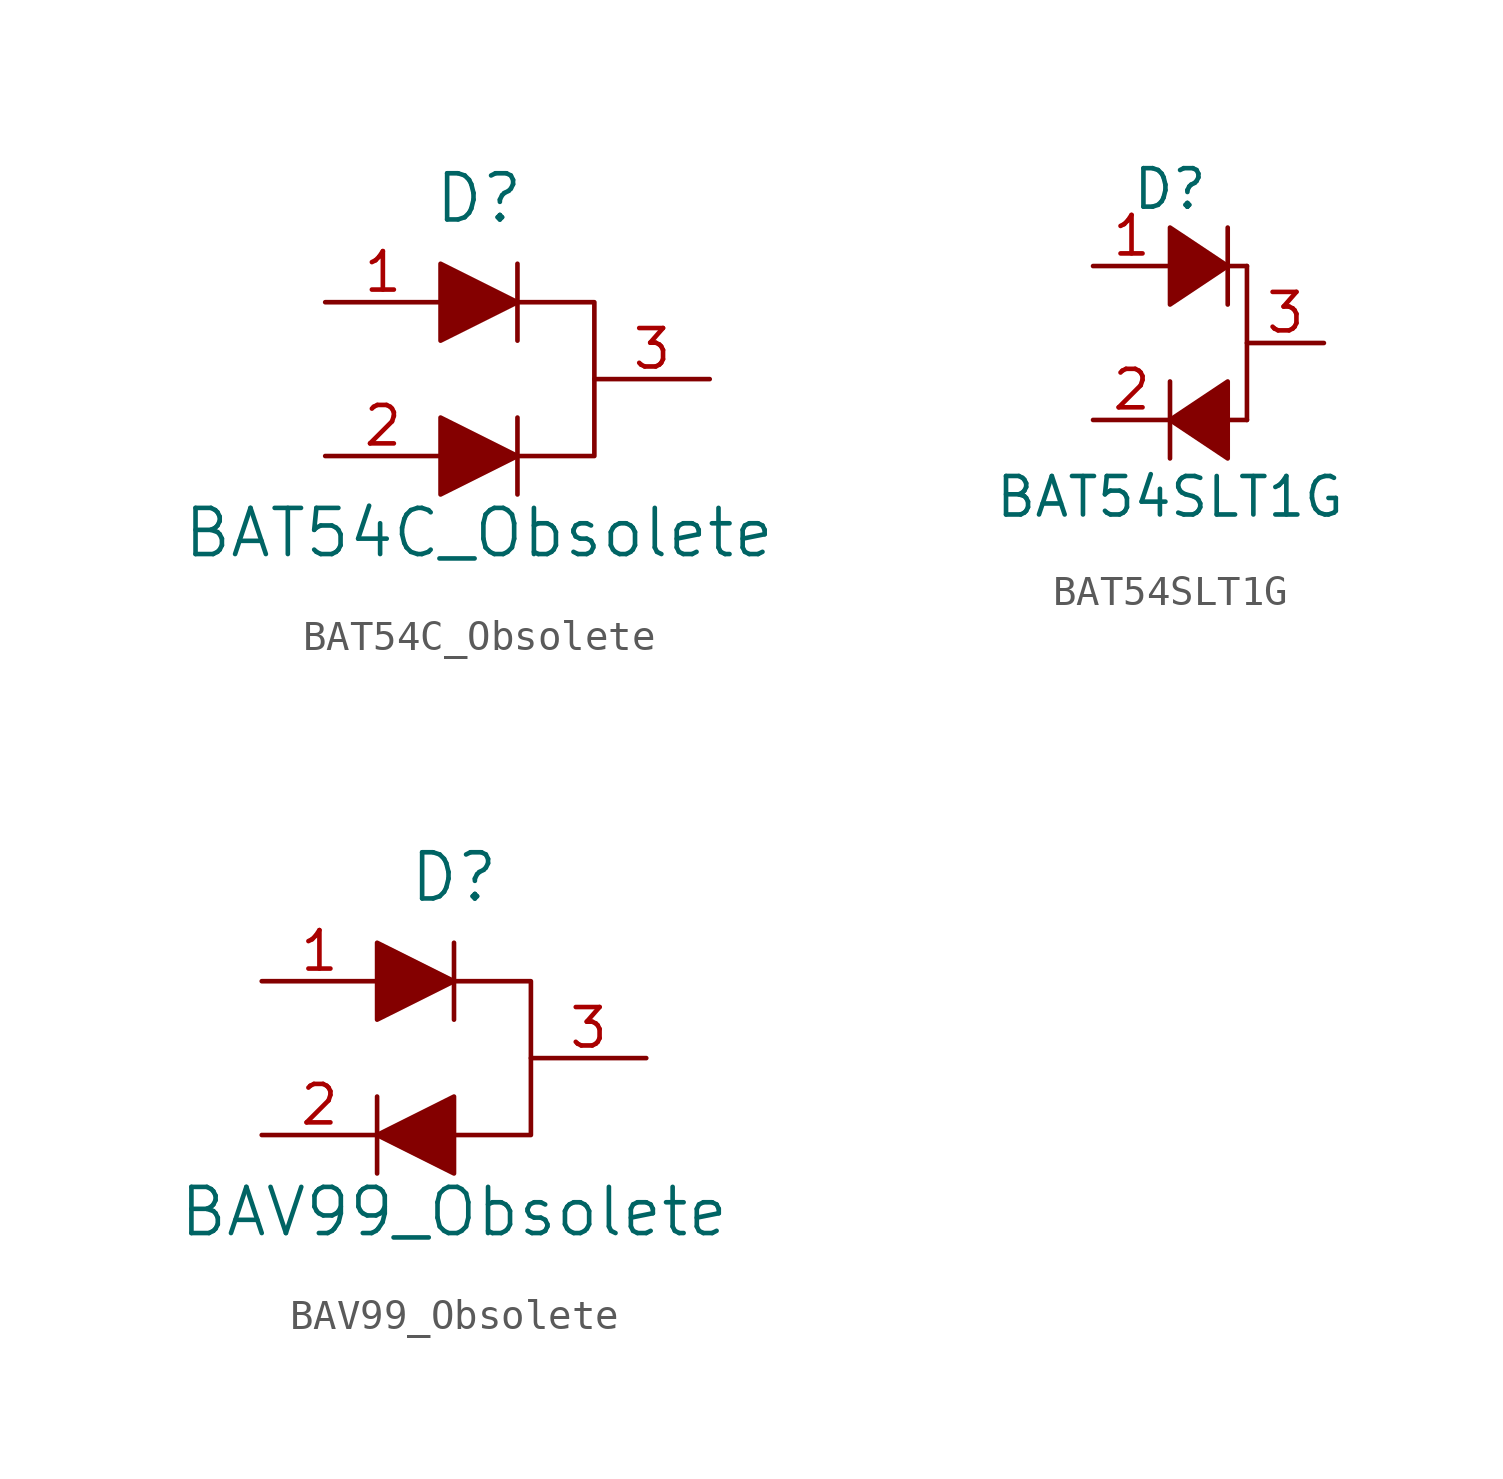
<source format=kicad_sym>
(kicad_symbol_lib
  (version 20220914)
  (generator kicad_symbol_editor)
  (symbol "BAT54C_Obsolete"
    (pin_names
      (offset 0.025))
    (property "Reference" "D"
      (at 0 5.08 0)
      (effects (font (size 1.524 1.524)) (justify bottom)))
    (property "Value" "BAT54C_Obsolete"
      (at 0 -5.08 0)
      (effects (font (size 1.524 1.524))))
    (symbol "BAT54C_Obsolete_0_1"
      (polyline (pts (xy 1.27 -1.27) (xy 1.27 -3.81)) (stroke (width 0) (type solid)) (fill (type none)))
      (polyline (pts (xy 1.27 1.27) (xy 1.27 3.81)) (stroke (width 0) (type solid)) (fill (type none)))
      (polyline (pts (xy -1.27 -1.27) (xy -1.27 -3.81) (xy 1.27 -2.54) (xy -1.27 -1.27)) (stroke (width 0) (type solid)) (fill (type outline)))
      (polyline (pts (xy -1.27 3.81) (xy -1.27 1.27) (xy 1.27 2.54) (xy -1.27 3.81)) (stroke (width 0) (type solid)) (fill (type outline))))
    (symbol "BAT54C_Obsolete_1_1"
      (polyline (pts (xy 1.27 2.54) (xy 3.81 2.54) (xy 3.81 -2.54) (xy 1.27 -2.54)) (stroke (width 0) (type solid)) (fill (type none)))
      (pin passive line (at -5.08 2.54 0) (length 3.81) (name "~" (effects (font (size 1.27 1.27)))) (number "1" (effects (font (size 1.27 1.27)))))
      (pin passive line (at -5.08 -2.54 0) (length 3.81) (name "~" (effects (font (size 1.27 1.27)))) (number "2" (effects (font (size 1.27 1.27)))))
      (pin passive line (at 7.62 0 180) (length 3.81) (name "~" (effects (font (size 1.27 1.27)))) (number "3" (effects (font (size 1.27 1.27)))))))
  (symbol "BAT54SLT1G"
    (pin_names
      (offset 1.016))
    (property "Reference" "D"
      (at 0 5.08 0)
      (effects (font (size 1.27 1.27))))
    (property "Value" "BAT54SLT1G"
      (at 0 -5.08 0)
      (effects (font (size 1.27 1.27))))
    (symbol "BAT54SLT1G_0_1"
      (polyline (pts (xy 0 -1.27) (xy 0 -3.81)) (stroke (width 0) (type solid)) (fill (type none)))
      (polyline (pts (xy 1.905 1.27) (xy 1.905 3.81)) (stroke (width 0) (type solid)) (fill (type none)))
      (polyline (pts (xy 2.54 -2.54) (xy 1.905 -2.54)) (stroke (width 0) (type solid)) (fill (type none)))
      (polyline (pts (xy 2.54 -2.54) (xy 2.54 2.54)) (stroke (width 0) (type solid)) (fill (type none)))
      (polyline (pts (xy 2.54 2.54) (xy 1.905 2.54)) (stroke (width 0) (type solid)) (fill (type none)))
      (polyline (pts (xy 0 1.27) (xy 0 3.81) (xy 1.905 2.54) (xy 0 1.27)) (stroke (width 0) (type solid)) (fill (type outline)))
      (polyline (pts (xy 1.905 -3.81) (xy 1.905 -1.27) (xy 0 -2.54) (xy 1.905 -3.81)) (stroke (width 0) (type solid)) (fill (type outline))))
    (symbol "BAT54SLT1G_1_1"
      (pin passive line (at -2.54 2.54 0) (length 2.54) (name "~" (effects (font (size 1.27 1.27)))) (number "1" (effects (font (size 1.27 1.27)))))
      (pin passive line (at -2.54 -2.54 0) (length 2.54) (name "~" (effects (font (size 1.27 1.27)))) (number "2" (effects (font (size 1.27 1.27)))))
      (pin passive line (at 5.08 0 180) (length 2.54) (name "~" (effects (font (size 1.27 1.27)))) (number "3" (effects (font (size 1.27 1.27)))))))
  (symbol "BAV99_Obsolete"
    (pin_names
      (offset 1.016))
    (property "Reference" "D"
      (at 1.27 5.08 0)
      (effects (font (size 1.524 1.524)) (justify bottom)))
    (property "Value" "BAV99_Obsolete"
      (at 1.27 -5.08 0)
      (effects (font (size 1.524 1.524))))
    (symbol "BAV99_Obsolete_0_1"
      (polyline (pts (xy -1.27 -1.27) (xy -1.27 -3.81)) (stroke (width 0) (type solid)) (fill (type none)))
      (polyline (pts (xy 1.27 3.81) (xy 1.27 1.27)) (stroke (width 0) (type solid)) (fill (type none)))
      (polyline (pts (xy -1.27 3.81) (xy -1.27 1.27) (xy 1.27 2.54) (xy -1.27 3.81)) (stroke (width 0) (type solid)) (fill (type outline)))
      (polyline (pts (xy 1.27 -1.27) (xy 1.27 -3.81) (xy -1.27 -2.54) (xy 1.27 -1.27)) (stroke (width 0) (type solid)) (fill (type outline))))
    (symbol "BAV99_Obsolete_1_1"
      (polyline (pts (xy 1.27 2.54) (xy 3.81 2.54) (xy 3.81 -2.54) (xy 1.27 -2.54)) (stroke (width 0) (type solid)) (fill (type none)))
      (pin passive line (at -5.08 2.54 0) (length 3.81) (name "~" (effects (font (size 1.27 1.27)))) (number "1" (effects (font (size 1.27 1.27)))))
      (pin passive line (at -5.08 -2.54 0) (length 3.81) (name "~" (effects (font (size 1.27 1.27)))) (number "2" (effects (font (size 1.27 1.27)))))
      (pin passive line (at 7.62 0 180) (length 3.81) (name "~" (effects (font (size 1.27 1.27)))) (number "3" (effects (font (size 1.27 1.27))))))))
</source>
